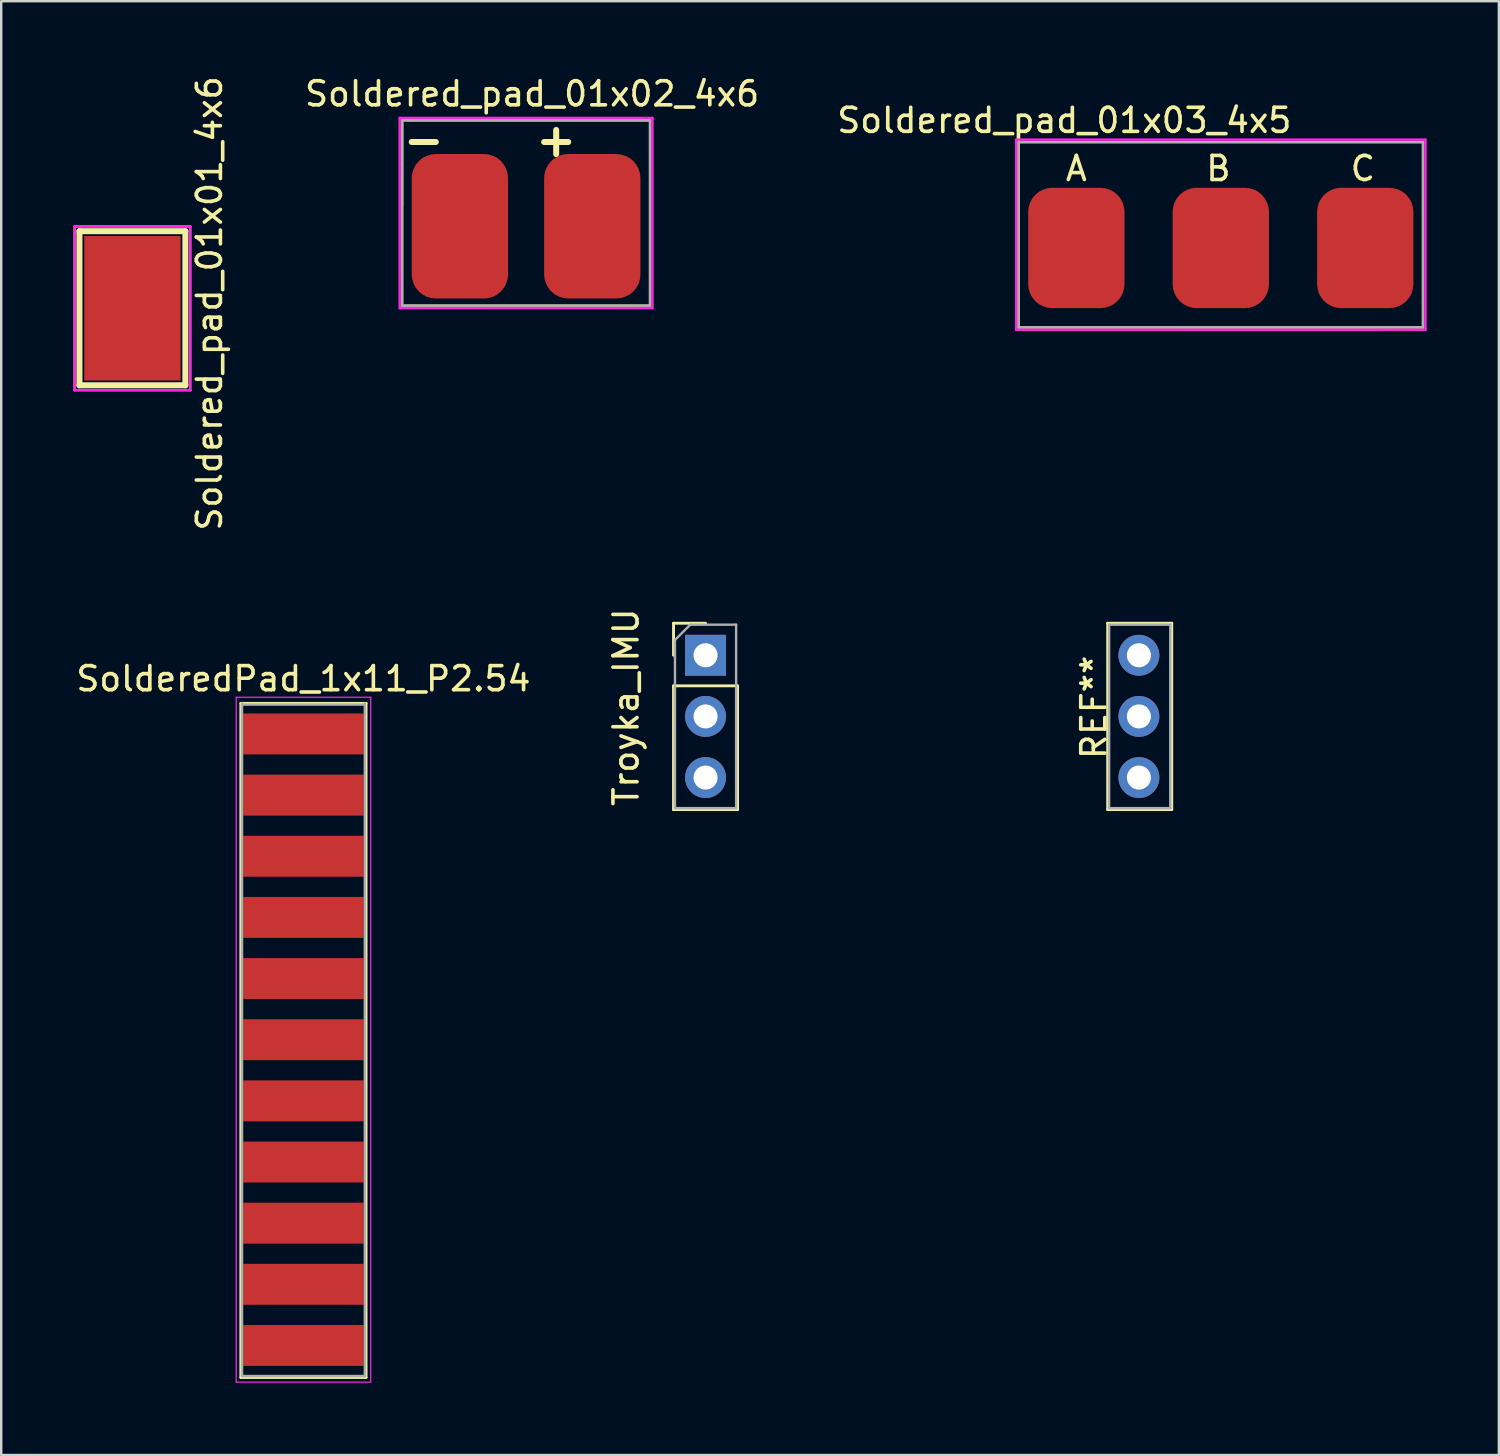
<source format=kicad_pcb>
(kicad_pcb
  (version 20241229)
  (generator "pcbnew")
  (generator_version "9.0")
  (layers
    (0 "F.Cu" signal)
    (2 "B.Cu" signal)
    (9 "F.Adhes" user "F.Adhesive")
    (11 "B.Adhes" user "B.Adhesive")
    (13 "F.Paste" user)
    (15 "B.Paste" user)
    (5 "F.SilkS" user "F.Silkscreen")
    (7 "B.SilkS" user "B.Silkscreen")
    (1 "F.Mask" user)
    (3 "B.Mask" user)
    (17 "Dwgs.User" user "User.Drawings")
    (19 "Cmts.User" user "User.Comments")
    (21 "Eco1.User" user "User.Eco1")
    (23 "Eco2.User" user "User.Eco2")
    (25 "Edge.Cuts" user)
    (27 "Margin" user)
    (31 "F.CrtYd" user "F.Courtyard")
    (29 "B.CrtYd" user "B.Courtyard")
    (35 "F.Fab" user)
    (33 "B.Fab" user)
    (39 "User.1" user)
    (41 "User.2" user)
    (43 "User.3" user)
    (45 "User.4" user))
  (footprint "Troyka_IMU"
    (layer "F.Cu")
    (at 26.257 26.708)
    (property "Reference" "Troyka_IMU" (at -3.302 -0.381 90) (layer "F.SilkS") (effects (font (size 1 1) (thickness 0.15))))
    (attr through_hole)
    (fp_line (start -1.33 -3.87) (end 0 -3.87) (stroke (width 0.12) (type solid)) (layer "F.SilkS"))
    (fp_line (start -1.33 -2.54) (end -1.33 -3.87) (stroke (width 0.12) (type solid)) (layer "F.SilkS"))
    (fp_line (start -1.33 -1.27) (end -1.33 3.87) (stroke (width 0.12) (type solid)) (layer "F.SilkS"))
    (fp_line (start -1.33 -1.27) (end 1.33 -1.27) (stroke (width 0.12) (type solid)) (layer "F.SilkS"))
    (fp_line (start -1.33 3.87) (end 1.33 3.87) (stroke (width 0.12) (type solid)) (layer "F.SilkS"))
    (fp_line (start 1.33 -1.27) (end 1.33 3.87) (stroke (width 0.12) (type solid)) (layer "F.SilkS"))
    (fp_line (start 16.704 -3.87) (end 16.704 3.87) (stroke (width 0.12) (type solid)) (layer "F.SilkS"))
    (fp_line (start 16.704 -3.87) (end 19.364 -3.87) (stroke (width 0.12) (type solid)) (layer "F.SilkS"))
    (fp_line (start 16.704 3.87) (end 19.364 3.87) (stroke (width 0.12) (type solid)) (layer "F.SilkS"))
    (fp_line (start 19.364 -3.87) (end 19.364 3.87) (stroke (width 0.12) (type solid)) (layer "F.SilkS"))
    (fp_line (start -1.27 -3.175) (end -0.635 -3.81) (stroke (width 0.1) (type solid)) (layer "F.Fab"))
    (fp_line (start -1.27 3.81) (end -1.27 -3.175) (stroke (width 0.1) (type solid)) (layer "F.Fab"))
    (fp_line (start -0.635 -3.81) (end 1.27 -3.81) (stroke (width 0.1) (type solid)) (layer "F.Fab"))
    (fp_line (start 1.27 -3.81) (end 1.27 3.81) (stroke (width 0.1) (type solid)) (layer "F.Fab"))
    (fp_line (start 1.27 3.81) (end -1.27 3.81) (stroke (width 0.1) (type solid)) (layer "F.Fab"))
    (fp_line (start 16.764 -3.81) (end 19.304 -3.81) (stroke (width 0.1) (type solid)) (layer "F.Fab"))
    (fp_line (start 16.764 3.81) (end 16.764 -3.81) (stroke (width 0.1) (type solid)) (layer "F.Fab"))
    (fp_line (start 19.304 -3.81) (end 19.304 3.81) (stroke (width 0.1) (type solid)) (layer "F.Fab"))
    (fp_line (start 19.304 3.81) (end 16.764 3.81) (stroke (width 0.1) (type solid)) (layer "F.Fab"))
    (fp_text user "REF**" (at 16.129 -0.381 90) (layer "F.SilkS") (effects (font (size 1 1) (thickness 0.15))))
    (pad "1" thru_hole rect (at 0 -2.54) (size 1.7 1.7) (drill 1) (layers "*.Cu" "*.Mask"))
    (pad "2" thru_hole oval (at 0 0) (size 1.7 1.7) (drill 1) (layers "*.Cu" "*.Mask"))
    (pad "3" thru_hole oval (at 0 2.54) (size 1.7 1.7) (drill 1) (layers "*.Cu" "*.Mask"))
    (pad "4" thru_hole oval (at 18 2.54) (size 1.7 1.7) (drill 1) (layers "*.Cu" "*.Mask"))
    (pad "5" thru_hole oval (at 18 0) (size 1.7 1.7) (drill 1) (layers "*.Cu" "*.Mask"))
    (pad "6" thru_hole circle (at 18 -2.54) (size 1.7 1.7) (drill 1) (layers "*.Cu" "*.Mask")))
  (footprint "Soldered_pad_01x03_4x5"
    (layer "F.Cu")
    (at 39.159 0.25)
    (property "Reference" "Soldered_pad_01x03_4x5" (at 2 1.7 0) (layer "F.SilkS") (effects (font (size 1 1) (thickness 0.15))))
    (attr through_hole)
    (fp_line (start 0.1 2.6) (end 16.9 2.6) (stroke (width 0.1) (type solid)) (layer "F.SilkS"))
    (fp_line (start 0.1 10.3) (end 0.1 2.65) (stroke (width 0.1) (type solid)) (layer "F.SilkS"))
    (fp_line (start 16.9 10.3) (end 0.1 10.3) (stroke (width 0.1) (type solid)) (layer "F.SilkS"))
    (fp_line (start 16.9 10.3) (end 16.9 2.6) (stroke (width 0.1) (type solid)) (layer "F.SilkS"))
    (fp_line (start 0 2.5) (end 17 2.5) (stroke (width 0.1) (type solid)) (layer "F.CrtYd"))
    (fp_line (start 0 10.4) (end 0 2.5) (stroke (width 0.1) (type solid)) (layer "F.CrtYd"))
    (fp_line (start 17 10.4) (end 0 10.4) (stroke (width 0.1) (type solid)) (layer "F.CrtYd"))
    (fp_line (start 17 10.4) (end 17 2.5) (stroke (width 0.1) (type solid)) (layer "F.CrtYd"))
    (fp_line (start 0.1 2.6) (end 0.1 10.3) (stroke (width 0.1) (type solid)) (layer "F.Fab"))
    (fp_line (start 0.1 2.6) (end 16.9 2.6) (stroke (width 0.1) (type solid)) (layer "F.Fab"))
    (fp_line (start 16.9 2.6) (end 16.9 10.3) (stroke (width 0.1) (type solid)) (layer "F.Fab"))
    (fp_line (start 16.9 10.3) (end 0.156 10.306) (stroke (width 0.1) (type solid)) (layer "F.Fab"))
    (fp_text user "B" (at 8.4 3.7 0) (layer "F.SilkS") (effects (font (size 1 1) (thickness 0.15))))
    (fp_text user "A" (at 2.5 3.7 0) (layer "F.SilkS") (effects (font (size 1 1) (thickness 0.15))))
    (fp_text user "C" (at 14.4 3.7 0) (layer "F.SilkS") (effects (font (size 1 1) (thickness 0.15))))
    (pad "1" smd roundrect (at 2.5 7) (size 4 5) (layers "F.Cu" "F.Mask" "F.Paste") (roundrect_rratio 0.25))
    (pad "2" smd roundrect (at 8.5 7) (size 4 5) (layers "F.Cu" "F.Mask" "F.Paste") (roundrect_rratio 0.25))
    (pad "3" smd roundrect (at 14.5 7) (size 4 5) (layers "F.Cu" "F.Mask" "F.Paste") (roundrect_rratio 0.25)))
  (footprint "SolderedPad_1x11_P2.54"
    (layer "F.Cu")
    (at 9.554 22.357)
    (property "Reference" "SolderedPad_1x11_P2.54" (at 0 2.786 0) (layer "F.SilkS") (effects (font (size 1 1) (thickness 0.15))))
    (attr through_hole)
    (fp_line (start -2.6 3.81) (end -2.6 31.81) (stroke (width 0.12) (type solid)) (layer "F.SilkS"))
    (fp_line (start -2.6 3.81) (end 2.6 3.81) (stroke (width 0.12) (type solid)) (layer "F.SilkS"))
    (fp_line (start -2.6 31.81) (end 2.6 31.81) (stroke (width 0.12) (type solid)) (layer "F.SilkS"))
    (fp_line (start 2.6 3.81) (end 2.6 31.81) (stroke (width 0.12) (type solid)) (layer "F.SilkS"))
    (fp_line (start -2.794 32.004) (end -2.794 3.556) (stroke (width 0.05) (type solid)) (layer "F.CrtYd"))
    (fp_line (start 2.794 3.556) (end -2.794 3.556) (stroke (width 0.05) (type solid)) (layer "F.CrtYd"))
    (fp_line (start 2.794 3.556) (end 2.794 32.004) (stroke (width 0.05) (type solid)) (layer "F.CrtYd"))
    (fp_line (start 2.794 32.004) (end -2.794 32.004) (stroke (width 0.05) (type solid)) (layer "F.CrtYd"))
    (fp_line (start -2.55 3.86) (end 2.55 3.86) (stroke (width 0.1) (type solid)) (layer "F.Fab"))
    (fp_line (start -2.55 31.75) (end -2.55 3.81) (stroke (width 0.1) (type solid)) (layer "F.Fab"))
    (fp_line (start -2.55 31.75) (end 2.55 31.75) (stroke (width 0.1) (type solid)) (layer "F.Fab"))
    (fp_line (start 2.55 3.81) (end 2.55 31.75) (stroke (width 0.1) (type solid)) (layer "F.Fab"))
    (pad "1" smd rect (at 0 5.08 90) (size 1.7 5) (layers "F.Cu" "F.Mask" "F.Paste"))
    (pad "2" smd rect (at 0 7.62 90) (size 1.7 5) (layers "F.Cu" "F.Mask" "F.Paste"))
    (pad "3" smd rect (at 0 10.16 90) (size 1.7 5) (layers "F.Cu" "F.Mask" "F.Paste"))
    (pad "4" smd rect (at 0 12.7 90) (size 1.7 5) (layers "F.Cu" "F.Mask" "F.Paste"))
    (pad "5" smd rect (at 0 15.24 90) (size 1.7 5) (layers "F.Cu" "F.Mask" "F.Paste"))
    (pad "6" smd rect (at 0 17.78 90) (size 1.7 5) (layers "F.Cu" "F.Mask" "F.Paste"))
    (pad "7" smd rect (at 0 20.32 90) (size 1.7 5) (layers "F.Cu" "F.Mask" "F.Paste"))
    (pad "8" smd rect (at 0 22.86 90) (size 1.7 5) (layers "F.Cu" "F.Mask" "F.Paste"))
    (pad "9" smd rect (at 0 25.4 90) (size 1.7 5) (layers "F.Cu" "F.Mask" "F.Paste"))
    (pad "10" smd rect (at 0 27.94 90) (size 1.7 5) (layers "F.Cu" "F.Mask" "F.Paste"))
    (pad "11" smd rect (at 0 30.48 90) (size 1.7 5) (layers "F.Cu" "F.Mask" "F.Paste")))
  (footprint "Soldered_pad_01x02_4x6"
    (layer "F.Cu")
    (at 16.052 6.348)
    (property "Reference" "Soldered_pad_01x02_4x6" (at 3 -5.5 0) (layer "F.SilkS") (effects (font (size 1 1) (thickness 0.15))))
    (attr through_hole)
    (fp_line (start -2.4 -4.4) (end 7.9 -4.4) (stroke (width 0.1) (type solid)) (layer "F.SilkS"))
    (fp_line (start -2.4 3.3) (end -2.4 -4.35) (stroke (width 0.1) (type solid)) (layer "F.SilkS"))
    (fp_line (start -2 -3.5) (end -1 -3.5) (stroke (width 0.25) (type solid)) (layer "F.SilkS"))
    (fp_line (start 3.5 -3.5) (end 4.5 -3.5) (stroke (width 0.25) (type solid)) (layer "F.SilkS"))
    (fp_line (start 4 -4) (end 4 -3) (stroke (width 0.25) (type solid)) (layer "F.SilkS"))
    (fp_line (start 7.9 -4.4) (end 7.9 3.3) (stroke (width 0.1) (type solid)) (layer "F.SilkS"))
    (fp_line (start 7.9 3.3) (end -2.396 3.3) (stroke (width 0.1) (type solid)) (layer "F.SilkS"))
    (fp_line (start -2.5 -4.5) (end 8 -4.5) (stroke (width 0.1) (type solid)) (layer "F.CrtYd"))
    (fp_line (start -2.5 3.4) (end -2.5 -4.5) (stroke (width 0.1) (type solid)) (layer "F.CrtYd"))
    (fp_line (start 8 -4.5) (end 8 3.4) (stroke (width 0.1) (type solid)) (layer "F.CrtYd"))
    (fp_line (start 8 3.4) (end -2.496 3.4) (stroke (width 0.1) (type solid)) (layer "F.CrtYd"))
    (fp_line (start -2.4 -4.4) (end -2.4 3.3) (stroke (width 0.1) (type solid)) (layer "F.Fab"))
    (fp_line (start -2.4 -4.4) (end 7.9 -4.4) (stroke (width 0.1) (type solid)) (layer "F.Fab"))
    (fp_line (start -2.4 -0.85) (end -2.4 -4.4) (stroke (width 0.1) (type solid)) (layer "F.Fab"))
    (fp_line (start 7.9 3.3) (end -2.4 3.3) (stroke (width 0.1) (type solid)) (layer "F.Fab"))
    (fp_line (start 7.9 3.3) (end 7.9 -4.4) (stroke (width 0.1) (type solid)) (layer "F.Fab"))
    (pad "1" smd roundrect (at 0 0) (size 4 6) (layers "F.Cu" "F.Mask" "F.Paste") (roundrect_rratio 0.25))
    (pad "2" smd roundrect (at 5.5 0) (size 4 6) (layers "F.Cu" "F.Mask" "F.Paste") (roundrect_rratio 0.25)))
  (footprint "Soldered_pad_01x01_4x6"
    (layer "F.Cu")
    (at 0.45 12.754)
    (property "Reference" "Soldered_pad_01x01_4x6" (at 5.2 -3.2 90) (layer "F.SilkS") (effects (font (size 1 1) (thickness 0.15))))
    (attr through_hole)
    (fp_line (start -0.2 -6.2) (end 4.2 -6.2) (stroke (width 0.25) (type solid)) (layer "F.SilkS"))
    (fp_line (start -0.2 0.2) (end -0.2 -6.2) (stroke (width 0.25) (type solid)) (layer "F.SilkS"))
    (fp_line (start 4.2 -6.2) (end 4.2 0.2) (stroke (width 0.25) (type solid)) (layer "F.SilkS"))
    (fp_line (start 4.2 0.2) (end -0.2 0.2) (stroke (width 0.25) (type solid)) (layer "F.SilkS"))
    (fp_line (start -0.4 -6.4) (end -0.4 0.4) (stroke (width 0.1) (type solid)) (layer "F.CrtYd"))
    (fp_line (start -0.4 0.4) (end 4.4 0.4) (stroke (width 0.1) (type solid)) (layer "F.CrtYd"))
    (fp_line (start 4.4 -6.4) (end -0.4 -6.4) (stroke (width 0.1) (type solid)) (layer "F.CrtYd"))
    (fp_line (start 4.4 0.4) (end 4.4 -6.4) (stroke (width 0.1) (type solid)) (layer "F.CrtYd"))
    (fp_line (start -0.4 -6.4) (end -0.4 0.4) (stroke (width 0.1) (type solid)) (layer "F.Fab"))
    (fp_line (start -0.4 0.4) (end 4.4 0.4) (stroke (width 0.1) (type solid)) (layer "F.Fab"))
    (fp_line (start 4.4 -6.4) (end -0.4 -6.4) (stroke (width 0.1) (type solid)) (layer "F.Fab"))
    (fp_line (start 4.4 0.4) (end 4.4 -6.4) (stroke (width 0.1) (type solid)) (layer "F.Fab"))
    (pad "1" smd rect (at 2 -3) (size 4 6) (layers "F.Cu" "F.Mask" "F.Paste")))
  (gr_rect
    (start -3 -3)
    (end 59.209 57.386)
    (stroke (width 0.1) (type default))
    (fill no)
    (layer "Edge.Cuts")))
</source>
